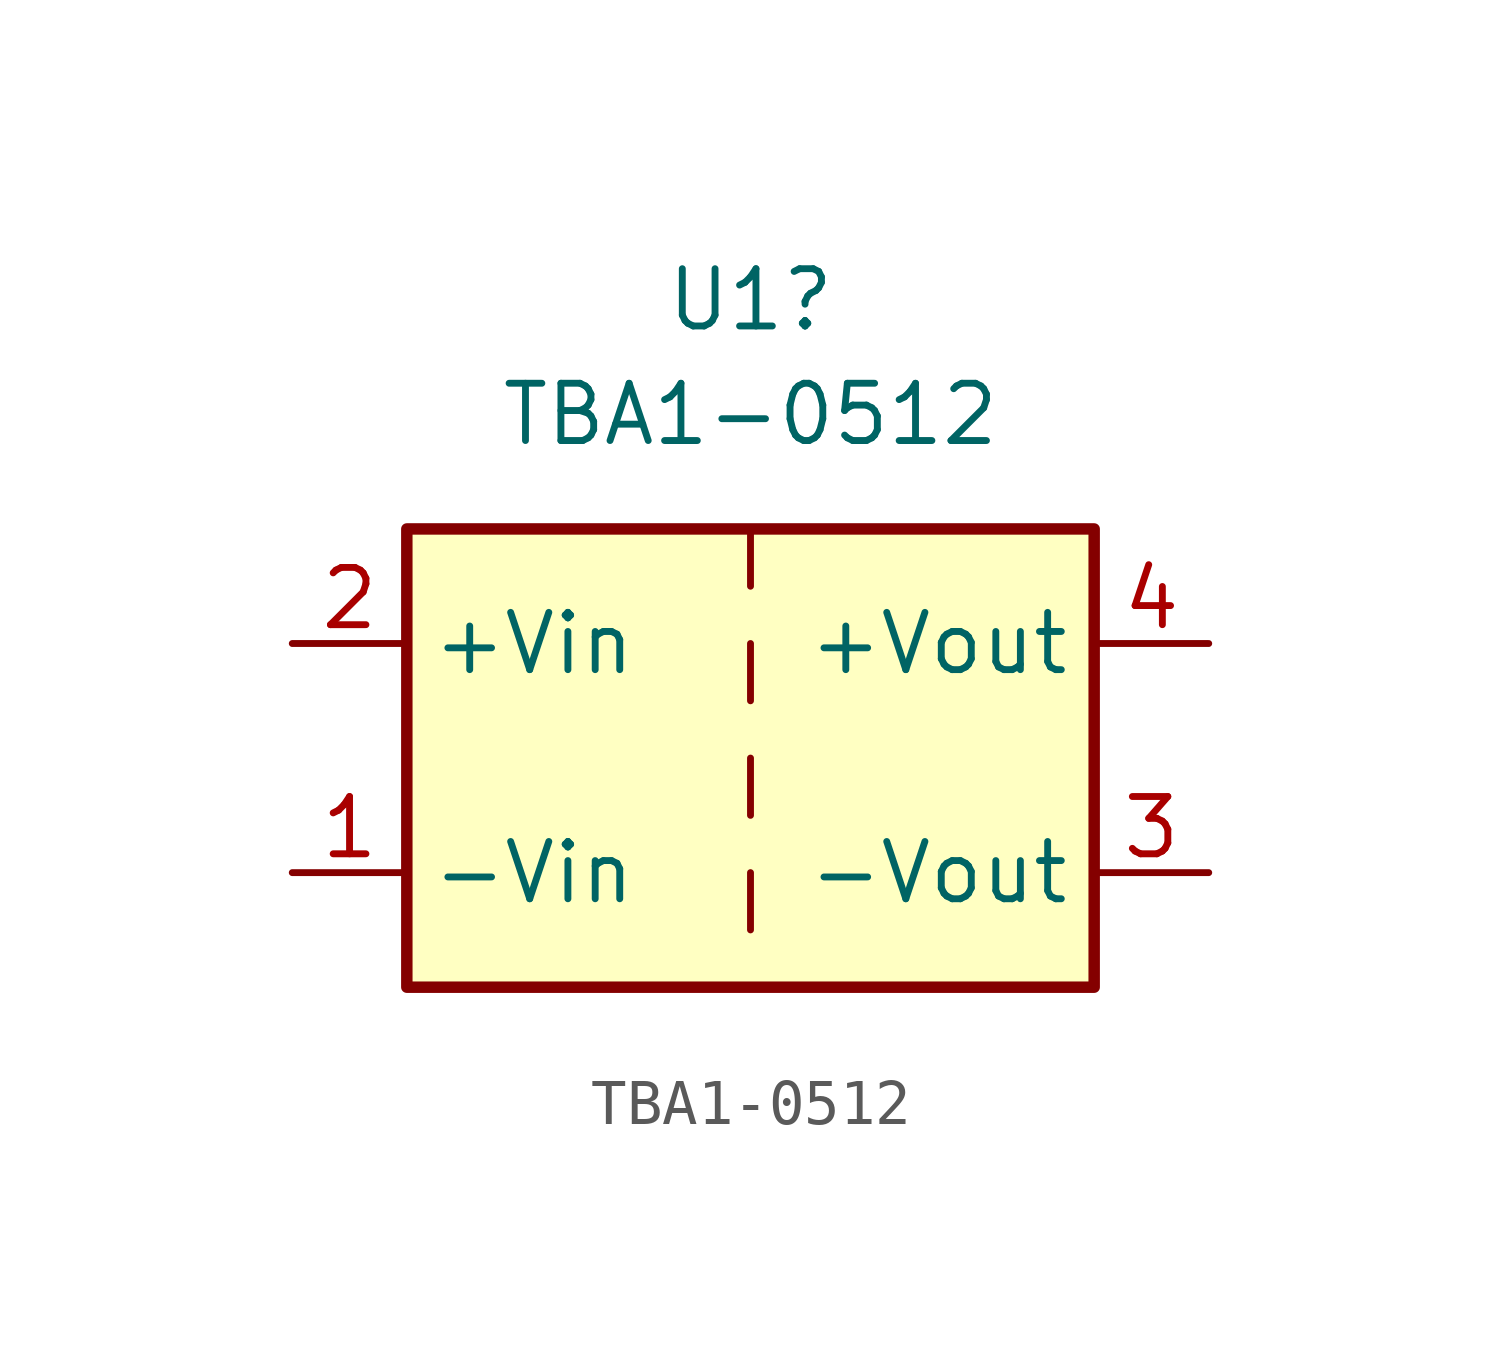
<source format=kicad_sym>
(kicad_symbol_lib
  (version 20231120)
  (generator "kicad_symbol_editor")
  (generator_version "8.0")
  (symbol "TBA1-0512"
    (property "Reference" "U1"
      (at 0 10.16 0)
      (effects (font (size 1.27 1.27))))
    (property "Value" "TBA1-0512"
      (at 0 7.62 0)
      (effects (font (size 1.27 1.27))))
    (symbol "TBA1-0512_0_1"
      (rectangle (start -7.62 5.08) (end 7.62 -5.08) (stroke (width 0.254) (type default)) (fill (type background)))
      (polyline (pts (xy 0 -2.54) (xy 0 -3.81)) (stroke (width 0) (type default)) (fill (type none)))
      (polyline (pts (xy 0 0) (xy 0 -1.27)) (stroke (width 0) (type default)) (fill (type none)))
      (polyline (pts (xy 0 2.54) (xy 0 1.27)) (stroke (width 0) (type default)) (fill (type none)))
      (polyline (pts (xy 0 5.08) (xy 0 3.81)) (stroke (width 0) (type default)) (fill (type none))))
    (symbol "TBA1-0512_1_1"
      (pin power_in line (at -10.16 -2.54 0) (length 2.54) (name "-Vin" (effects (font (size 1.27 1.27)))) (number "1" (effects (font (size 1.27 1.27)))))
      (pin power_in line (at -10.16 2.54 0) (length 2.54) (name "+Vin" (effects (font (size 1.27 1.27)))) (number "2" (effects (font (size 1.27 1.27)))))
      (pin power_out line (at 10.16 -2.54 180) (length 2.54) (name "-Vout" (effects (font (size 1.27 1.27)))) (number "3" (effects (font (size 1.27 1.27)))))
      (pin power_out line (at 10.16 2.54 180) (length 2.54) (name "+Vout" (effects (font (size 1.27 1.27)))) (number "4" (effects (font (size 1.27 1.27))))))))
</source>
